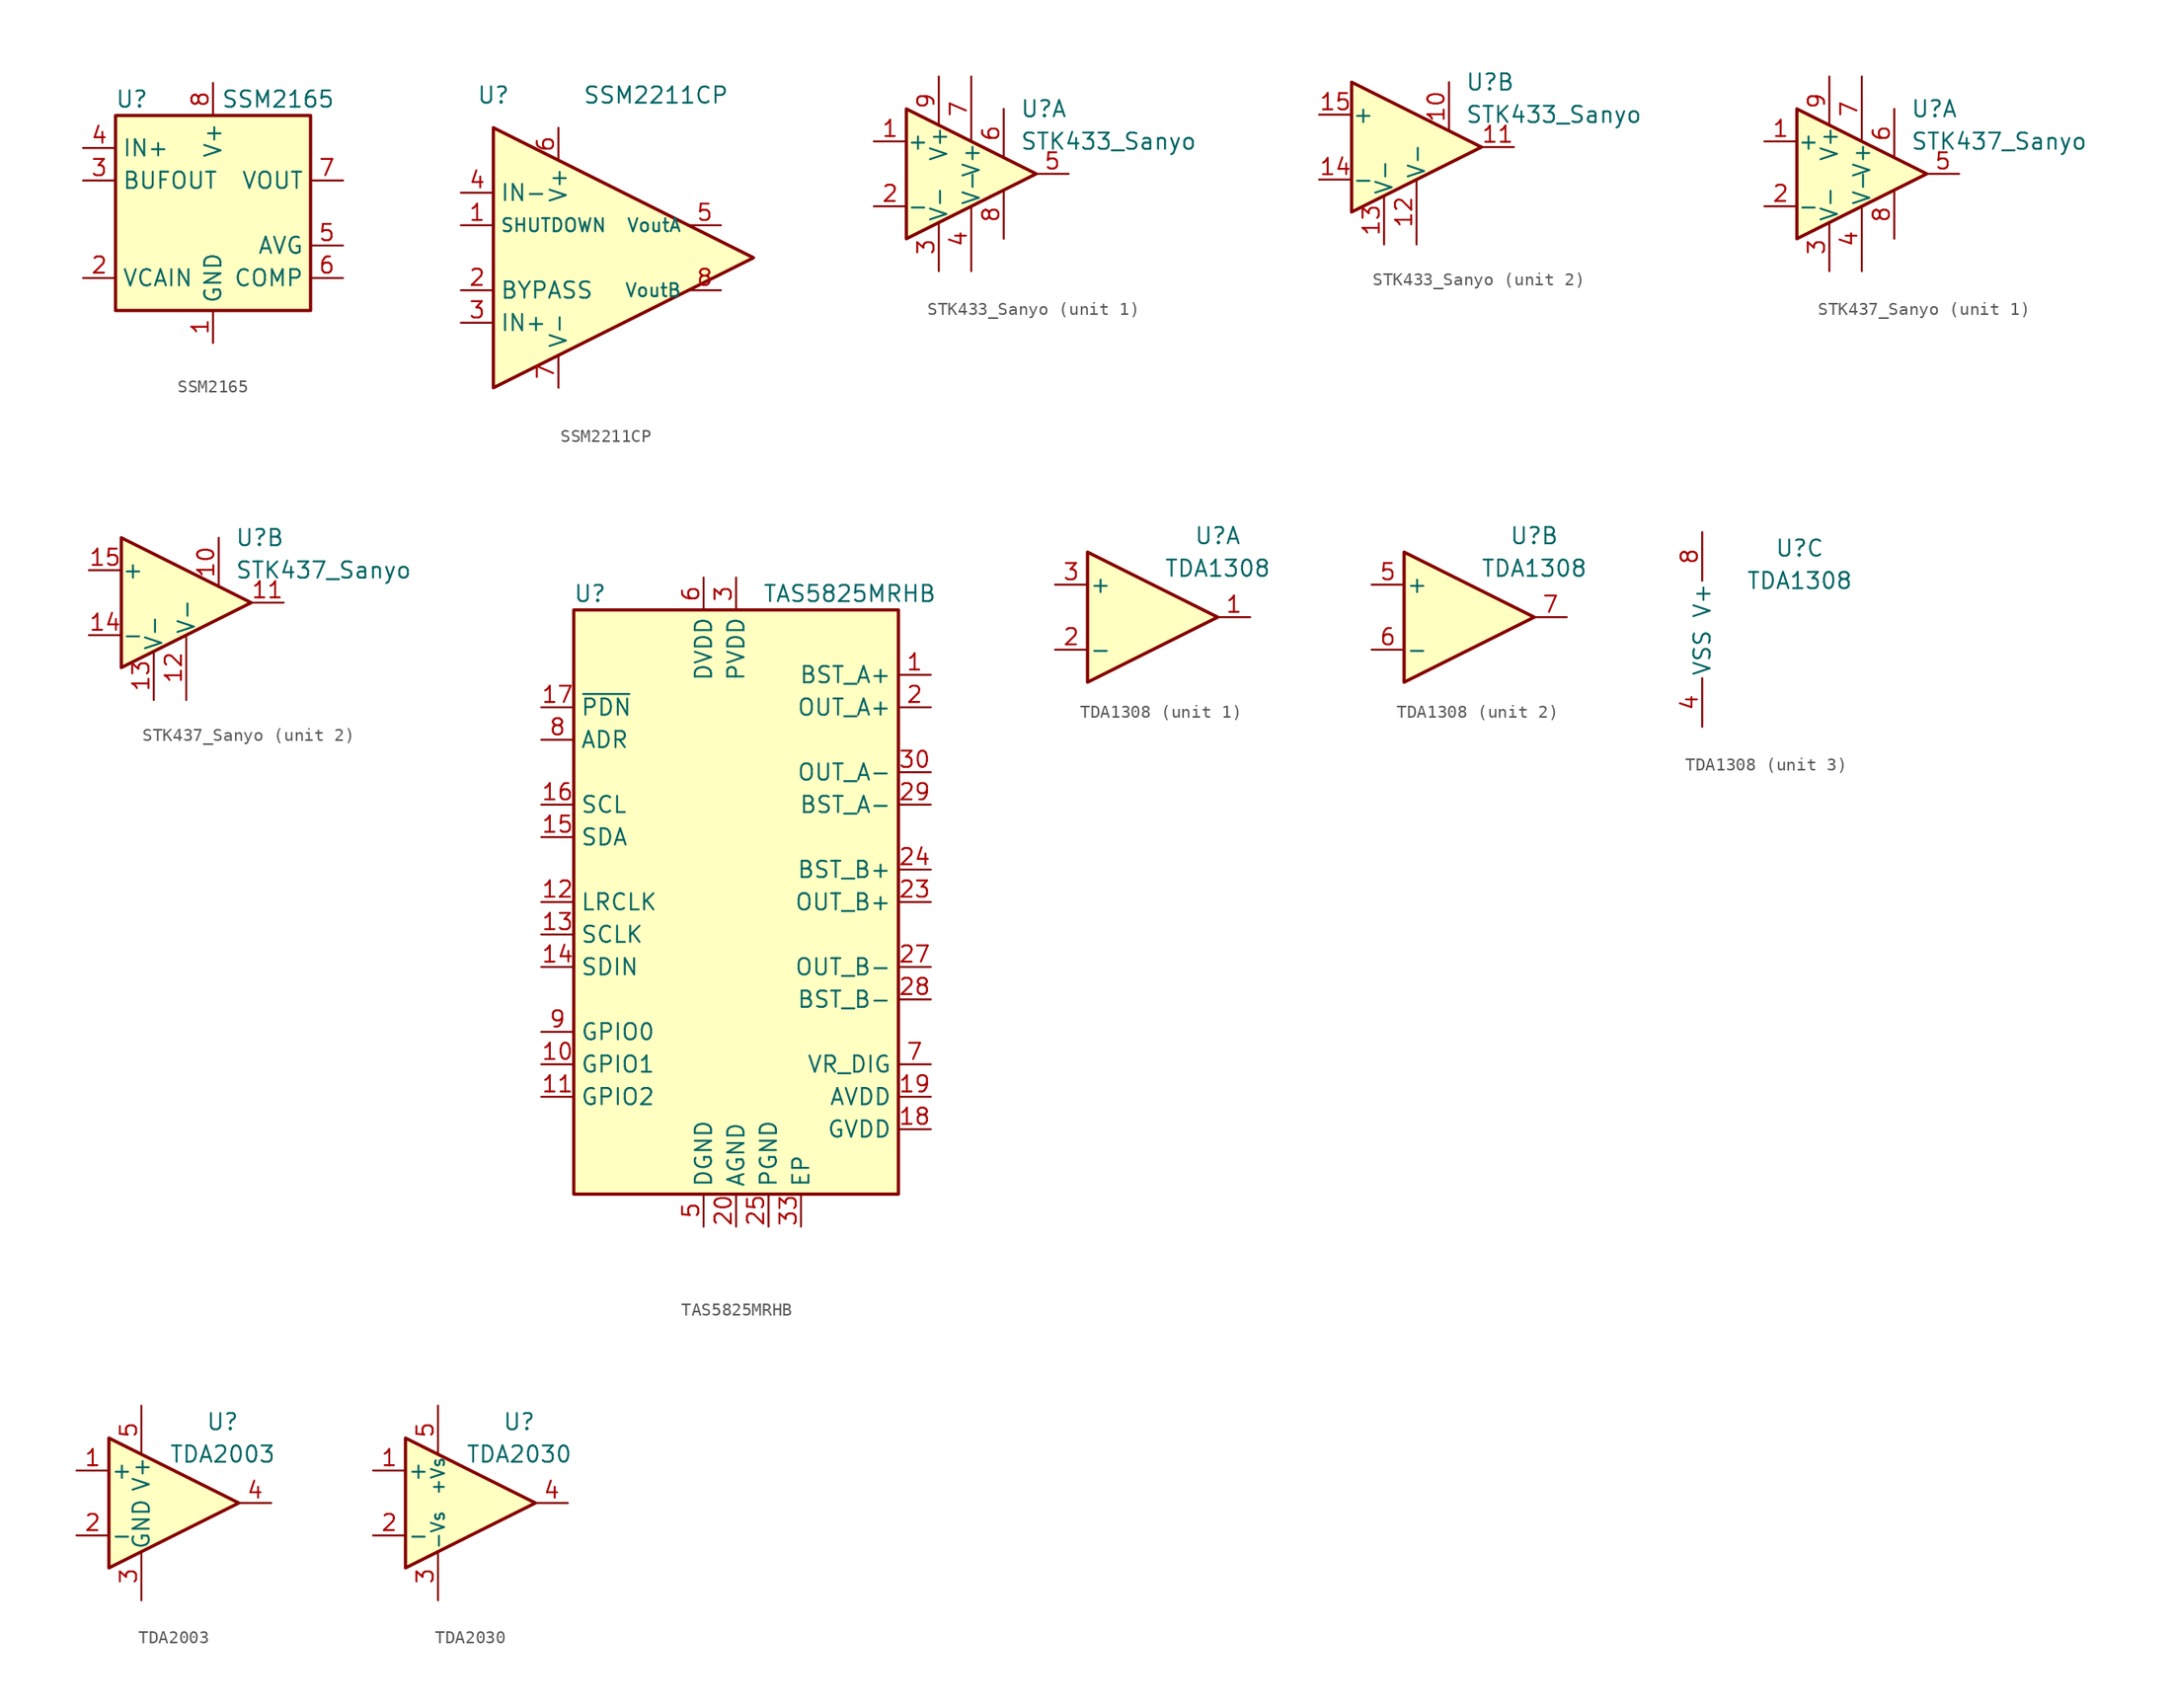
<source format=kicad_sym>
(kicad_symbol_lib
  (version 20241209)
  (generator "kicad_symbol_editor")
  (generator_version "9.0")
  (symbol "SSM2165"
    (property "Reference" "U"
      (at -6.35 8.89 0)
      (effects (font (size 1.27 1.27))))
    (property "Value" "SSM2165"
      (at 5.08 8.89 0)
      (effects (font (size 1.27 1.27))))
    (symbol "SSM2165_0_1"
      (rectangle (start -7.62 7.62) (end 7.62 -7.62) (stroke (width 0.254) (type default)) (fill (type background))))
    (symbol "SSM2165_1_1"
      (pin input line (at -10.16 5.08 0) (length 2.54) (name "IN+" (effects (font (size 1.27 1.27)))) (number "4" (effects (font (size 1.27 1.27)))))
      (pin output line (at -10.16 2.54 0) (length 2.54) (name "BUFOUT" (effects (font (size 1.27 1.27)))) (number "3" (effects (font (size 1.27 1.27)))))
      (pin input line (at -10.16 -5.08 0) (length 2.54) (name "VCAIN" (effects (font (size 1.27 1.27)))) (number "2" (effects (font (size 1.27 1.27)))))
      (pin power_in line (at 0 10.16 270) (length 2.54) (name "V+" (effects (font (size 1.27 1.27)))) (number "8" (effects (font (size 1.27 1.27)))))
      (pin power_in line (at 0 -10.16 90) (length 2.54) (name "GND" (effects (font (size 1.27 1.27)))) (number "1" (effects (font (size 1.27 1.27)))))
      (pin output line (at 10.16 2.54 180) (length 2.54) (name "VOUT" (effects (font (size 1.27 1.27)))) (number "7" (effects (font (size 1.27 1.27)))))
      (pin passive line (at 10.16 -2.54 180) (length 2.54) (name "AVG" (effects (font (size 1.27 1.27)))) (number "5" (effects (font (size 1.27 1.27)))))
      (pin passive line (at 10.16 -5.08 180) (length 2.54) (name "COMP" (effects (font (size 1.27 1.27)))) (number "6" (effects (font (size 1.27 1.27)))))))
  (symbol "SSM2211CP"
    (property "Reference" "U"
      (at -7.62 12.7 0)
      (effects (font (size 1.27 1.27))))
    (property "Value" "SSM2211CP"
      (at 5.08 12.7 0)
      (effects (font (size 1.27 1.27))))
    (symbol "SSM2211CP_0_1"
      (polyline (pts (xy -7.62 10.16) (xy -7.62 -10.16) (xy 12.7 0) (xy -7.62 10.16)) (stroke (width 0.254) (type default)) (fill (type background))))
    (symbol "SSM2211CP_1_1"
      (pin input line (at -10.16 5.08 0) (length 2.54) (name "IN-" (effects (font (size 1.27 1.27)))) (number "4" (effects (font (size 1.27 1.27)))))
      (pin input line (at -10.16 2.54 0) (length 2.54) (name "SHUTDOWN" (effects (font (size 1.016 1.016)))) (number "1" (effects (font (size 1.27 1.27)))))
      (pin passive line (at -10.16 -2.54 0) (length 2.54) (name "BYPASS" (effects (font (size 1.27 1.27)))) (number "2" (effects (font (size 1.27 1.27)))))
      (pin input line (at -10.16 -5.08 0) (length 2.54) (name "IN+" (effects (font (size 1.27 1.27)))) (number "3" (effects (font (size 1.27 1.27)))))
      (pin power_in line (at -2.54 10.16 270) (length 2.54) (name "V+" (effects (font (size 1.27 1.27)))) (number "6" (effects (font (size 1.27 1.27)))))
      (pin power_in line (at -2.54 -10.16 90) (length 2.54) (name "V-" (effects (font (size 1.27 1.27)))) (number "7" (effects (font (size 1.27 1.27)))))
      (pin passive line (at -2.54 -10.16 90) (length 2.54) (hide yes) (name "V-" (effects (font (size 1.27 1.27)))) (number "9" (effects (font (size 1.27 1.27)))))
      (pin output line (at 10.16 2.54 180) (length 2.54) (name "VoutA" (effects (font (size 1.016 1.016)))) (number "5" (effects (font (size 1.27 1.27)))))
      (pin output line (at 10.16 -2.54 180) (length 2.54) (name "VoutB" (effects (font (size 1.016 1.016)))) (number "8" (effects (font (size 1.27 1.27)))))))
  (symbol "STK433_Sanyo"
    (pin_names
      (offset 0.025))
    (property "Reference" "U"
      (at 3.81 5.08 0)
      (effects (font (size 1.27 1.27)) (justify left)))
    (property "Value" "STK433_Sanyo"
      (at 3.81 2.54 0)
      (effects (font (size 1.27 1.27)) (justify left)))
    (symbol "STK433_Sanyo_0_1"
      (polyline (pts (xy -5.08 5.08) (xy 5.08 0) (xy -5.08 -5.08) (xy -5.08 5.08)) (stroke (width 0.254) (type default)) (fill (type background))))
    (symbol "STK433_Sanyo_1_1"
      (pin input line (at -7.62 2.54 0) (length 2.54) (name "+" (effects (font (size 1.27 1.27)))) (number "1" (effects (font (size 1.27 1.27)))))
      (pin input line (at -7.62 -2.54 0) (length 2.54) (name "-" (effects (font (size 1.27 1.27)))) (number "2" (effects (font (size 1.27 1.27)))))
      (pin power_in line (at -2.54 7.62 270) (length 3.81) (name "V+" (effects (font (size 1.27 1.27)))) (number "9" (effects (font (size 1.27 1.27)))))
      (pin power_in line (at -2.54 -7.62 90) (length 3.81) (name "V-" (effects (font (size 1.27 1.27)))) (number "3" (effects (font (size 1.27 1.27)))))
      (pin power_in line (at 0 7.62 270) (length 5.08) (name "V+" (effects (font (size 1.27 1.27)))) (number "7" (effects (font (size 1.27 1.27)))))
      (pin power_in line (at 0 -7.62 90) (length 5.08) (name "V-" (effects (font (size 1.27 1.27)))) (number "4" (effects (font (size 1.27 1.27)))))
      (pin passive line (at 2.54 5.08 270) (length 3.81) (name "~" (effects (font (size 1.27 1.27)))) (number "6" (effects (font (size 1.27 1.27)))))
      (pin power_in line (at 2.54 -5.08 90) (length 3.81) (name "~" (effects (font (size 1.27 1.27)))) (number "8" (effects (font (size 1.27 1.27)))))
      (pin output line (at 7.62 0 180) (length 2.54) (name "~" (effects (font (size 1.27 1.27)))) (number "5" (effects (font (size 1.27 1.27))))))
    (symbol "STK433_Sanyo_2_1"
      (pin input line (at -7.62 2.54 0) (length 2.54) (name "+" (effects (font (size 1.27 1.27)))) (number "15" (effects (font (size 1.27 1.27)))))
      (pin input line (at -7.62 -2.54 0) (length 2.54) (name "-" (effects (font (size 1.27 1.27)))) (number "14" (effects (font (size 1.27 1.27)))))
      (pin power_in line (at -2.54 -7.62 90) (length 3.81) (name "V-" (effects (font (size 1.27 1.27)))) (number "13" (effects (font (size 1.27 1.27)))))
      (pin power_in line (at 0 -7.62 90) (length 5.08) (name "V-" (effects (font (size 1.27 1.27)))) (number "12" (effects (font (size 1.27 1.27)))))
      (pin passive line (at 2.54 5.08 270) (length 3.81) (name "~" (effects (font (size 1.27 1.27)))) (number "10" (effects (font (size 1.27 1.27)))))
      (pin output line (at 7.62 0 180) (length 2.54) (name "~" (effects (font (size 1.27 1.27)))) (number "11" (effects (font (size 1.27 1.27)))))))
  (symbol "STK437_Sanyo"
    (pin_names
      (offset 0.025))
    (property "Reference" "U"
      (at 3.81 5.08 0)
      (effects (font (size 1.27 1.27)) (justify left)))
    (property "Value" "STK437_Sanyo"
      (at 3.81 2.54 0)
      (effects (font (size 1.27 1.27)) (justify left)))
    (symbol "STK437_Sanyo_0_1"
      (polyline (pts (xy -5.08 5.08) (xy 5.08 0) (xy -5.08 -5.08) (xy -5.08 5.08)) (stroke (width 0.254) (type default)) (fill (type background))))
    (symbol "STK437_Sanyo_1_1"
      (pin input line (at -7.62 2.54 0) (length 2.54) (name "+" (effects (font (size 1.27 1.27)))) (number "1" (effects (font (size 1.27 1.27)))))
      (pin input line (at -7.62 -2.54 0) (length 2.54) (name "-" (effects (font (size 1.27 1.27)))) (number "2" (effects (font (size 1.27 1.27)))))
      (pin power_in line (at -2.54 7.62 270) (length 3.81) (name "V+" (effects (font (size 1.27 1.27)))) (number "9" (effects (font (size 1.27 1.27)))))
      (pin power_in line (at -2.54 -7.62 90) (length 3.81) (name "V-" (effects (font (size 1.27 1.27)))) (number "3" (effects (font (size 1.27 1.27)))))
      (pin power_in line (at 0 7.62 270) (length 5.08) (name "V+" (effects (font (size 1.27 1.27)))) (number "7" (effects (font (size 1.27 1.27)))))
      (pin power_in line (at 0 -7.62 90) (length 5.08) (name "V-" (effects (font (size 1.27 1.27)))) (number "4" (effects (font (size 1.27 1.27)))))
      (pin passive line (at 2.54 5.08 270) (length 3.81) (name "~" (effects (font (size 1.27 1.27)))) (number "6" (effects (font (size 1.27 1.27)))))
      (pin power_in line (at 2.54 -5.08 90) (length 3.81) (name "~" (effects (font (size 1.27 1.27)))) (number "8" (effects (font (size 1.27 1.27)))))
      (pin output line (at 7.62 0 180) (length 2.54) (name "~" (effects (font (size 1.27 1.27)))) (number "5" (effects (font (size 1.27 1.27))))))
    (symbol "STK437_Sanyo_2_1"
      (pin input line (at -7.62 2.54 0) (length 2.54) (name "+" (effects (font (size 1.27 1.27)))) (number "15" (effects (font (size 1.27 1.27)))))
      (pin input line (at -7.62 -2.54 0) (length 2.54) (name "-" (effects (font (size 1.27 1.27)))) (number "14" (effects (font (size 1.27 1.27)))))
      (pin power_in line (at -2.54 -7.62 90) (length 3.81) (name "V-" (effects (font (size 1.27 1.27)))) (number "13" (effects (font (size 1.27 1.27)))))
      (pin power_in line (at 0 -7.62 90) (length 5.08) (name "V-" (effects (font (size 1.27 1.27)))) (number "12" (effects (font (size 1.27 1.27)))))
      (pin passive line (at 2.54 5.08 270) (length 3.81) (name "~" (effects (font (size 1.27 1.27)))) (number "10" (effects (font (size 1.27 1.27)))))
      (pin output line (at 7.62 0 180) (length 2.54) (name "~" (effects (font (size 1.27 1.27)))) (number "11" (effects (font (size 1.27 1.27)))))))
  (symbol "TAS5825MRHB"
    (property "Reference" "U"
      (at -11.43 24.13 0)
      (effects (font (size 1.27 1.27))))
    (property "Value" "TAS5825MRHB"
      (at 8.89 24.13 0)
      (effects (font (size 1.27 1.27))))
    (symbol "TAS5825MRHB_0_1"
      (rectangle (start -12.7 22.86) (end 12.7 -22.86) (stroke (width 0.254) (type default)) (fill (type background))))
    (symbol "TAS5825MRHB_1_1"
      (pin input line (at -15.24 15.24 0) (length 2.54) (name "~{PDN}" (effects (font (size 1.27 1.27)))) (number "17" (effects (font (size 1.27 1.27)))))
      (pin passive line (at -15.24 12.7 0) (length 2.54) (name "ADR" (effects (font (size 1.27 1.27)))) (number "8" (effects (font (size 1.27 1.27)))))
      (pin input line (at -15.24 7.62 0) (length 2.54) (name "SCL" (effects (font (size 1.27 1.27)))) (number "16" (effects (font (size 1.27 1.27)))))
      (pin bidirectional line (at -15.24 5.08 0) (length 2.54) (name "SDA" (effects (font (size 1.27 1.27)))) (number "15" (effects (font (size 1.27 1.27)))))
      (pin input line (at -15.24 0 0) (length 2.54) (name "LRCLK" (effects (font (size 1.27 1.27)))) (number "12" (effects (font (size 1.27 1.27)))))
      (pin input line (at -15.24 -2.54 0) (length 2.54) (name "SCLK" (effects (font (size 1.27 1.27)))) (number "13" (effects (font (size 1.27 1.27)))))
      (pin input line (at -15.24 -5.08 0) (length 2.54) (name "SDIN" (effects (font (size 1.27 1.27)))) (number "14" (effects (font (size 1.27 1.27)))))
      (pin bidirectional line (at -15.24 -10.16 0) (length 2.54) (name "GPIO0" (effects (font (size 1.27 1.27)))) (number "9" (effects (font (size 1.27 1.27)))))
      (pin bidirectional line (at -15.24 -12.7 0) (length 2.54) (name "GPIO1" (effects (font (size 1.27 1.27)))) (number "10" (effects (font (size 1.27 1.27)))))
      (pin bidirectional line (at -15.24 -15.24 0) (length 2.54) (name "GPIO2" (effects (font (size 1.27 1.27)))) (number "11" (effects (font (size 1.27 1.27)))))
      (pin power_in line (at -2.54 25.4 270) (length 2.54) (name "DVDD" (effects (font (size 1.27 1.27)))) (number "6" (effects (font (size 1.27 1.27)))))
      (pin power_in line (at -2.54 -25.4 90) (length 2.54) (name "DGND" (effects (font (size 1.27 1.27)))) (number "5" (effects (font (size 1.27 1.27)))))
      (pin passive line (at 0 25.4 270) (length 2.54) (hide yes) (name "PVDD" (effects (font (size 1.27 1.27)))) (number "21" (effects (font (size 1.27 1.27)))))
      (pin passive line (at 0 25.4 270) (length 2.54) (hide yes) (name "PVDD" (effects (font (size 1.27 1.27)))) (number "22" (effects (font (size 1.27 1.27)))))
      (pin power_in line (at 0 25.4 270) (length 2.54) (name "PVDD" (effects (font (size 1.27 1.27)))) (number "3" (effects (font (size 1.27 1.27)))))
      (pin passive line (at 0 25.4 270) (length 2.54) (hide yes) (name "PVDD" (effects (font (size 1.27 1.27)))) (number "4" (effects (font (size 1.27 1.27)))))
      (pin power_in line (at 0 -25.4 90) (length 2.54) (name "AGND" (effects (font (size 1.27 1.27)))) (number "20" (effects (font (size 1.27 1.27)))))
      (pin power_in line (at 2.54 -25.4 90) (length 2.54) (name "PGND" (effects (font (size 1.27 1.27)))) (number "25" (effects (font (size 1.27 1.27)))))
      (pin passive line (at 2.54 -25.4 90) (length 2.54) (hide yes) (name "PGND" (effects (font (size 1.27 1.27)))) (number "26" (effects (font (size 1.27 1.27)))))
      (pin passive line (at 2.54 -25.4 90) (length 2.54) (hide yes) (name "PGND" (effects (font (size 1.27 1.27)))) (number "31" (effects (font (size 1.27 1.27)))))
      (pin passive line (at 2.54 -25.4 90) (length 2.54) (hide yes) (name "PGND" (effects (font (size 1.27 1.27)))) (number "32" (effects (font (size 1.27 1.27)))))
      (pin passive line (at 5.08 -25.4 90) (length 2.54) (name "EP" (effects (font (size 1.27 1.27)))) (number "33" (effects (font (size 1.27 1.27)))))
      (pin passive line (at 15.24 17.78 180) (length 2.54) (name "BST_A+" (effects (font (size 1.27 1.27)))) (number "1" (effects (font (size 1.27 1.27)))))
      (pin output line (at 15.24 15.24 180) (length 2.54) (name "OUT_A+" (effects (font (size 1.27 1.27)))) (number "2" (effects (font (size 1.27 1.27)))))
      (pin output line (at 15.24 10.16 180) (length 2.54) (name "OUT_A-" (effects (font (size 1.27 1.27)))) (number "30" (effects (font (size 1.27 1.27)))))
      (pin passive line (at 15.24 7.62 180) (length 2.54) (name "BST_A-" (effects (font (size 1.27 1.27)))) (number "29" (effects (font (size 1.27 1.27)))))
      (pin passive line (at 15.24 2.54 180) (length 2.54) (name "BST_B+" (effects (font (size 1.27 1.27)))) (number "24" (effects (font (size 1.27 1.27)))))
      (pin output line (at 15.24 0 180) (length 2.54) (name "OUT_B+" (effects (font (size 1.27 1.27)))) (number "23" (effects (font (size 1.27 1.27)))))
      (pin output line (at 15.24 -5.08 180) (length 2.54) (name "OUT_B-" (effects (font (size 1.27 1.27)))) (number "27" (effects (font (size 1.27 1.27)))))
      (pin passive line (at 15.24 -7.62 180) (length 2.54) (name "BST_B-" (effects (font (size 1.27 1.27)))) (number "28" (effects (font (size 1.27 1.27)))))
      (pin power_out line (at 15.24 -12.7 180) (length 2.54) (name "VR_DIG" (effects (font (size 1.27 1.27)))) (number "7" (effects (font (size 1.27 1.27)))))
      (pin power_out line (at 15.24 -15.24 180) (length 2.54) (name "AVDD" (effects (font (size 1.27 1.27)))) (number "19" (effects (font (size 1.27 1.27)))))
      (pin power_out line (at 15.24 -17.78 180) (length 2.54) (name "GVDD" (effects (font (size 1.27 1.27)))) (number "18" (effects (font (size 1.27 1.27)))))))
  (symbol "TDA1308"
    (pin_names
      (offset 0.127))
    (property "Reference" "U"
      (at 5.08 6.35 0)
      (effects (font (size 1.27 1.27))))
    (property "Value" "TDA1308"
      (at 5.08 3.81 0)
      (effects (font (size 1.27 1.27))))
    (property "ki_locked" ""
      (at 0 0 0)
      (effects (font (size 1.27 1.27))))
    (symbol "TDA1308_1_1"
      (polyline (pts (xy -5.08 5.08) (xy 5.08 0) (xy -5.08 -5.08) (xy -5.08 5.08)) (stroke (width 0.254) (type default)) (fill (type background)))
      (pin input line (at -7.62 2.54 0) (length 2.54) (name "+" (effects (font (size 1.27 1.27)))) (number "3" (effects (font (size 1.27 1.27)))))
      (pin input line (at -7.62 -2.54 0) (length 2.54) (name "-" (effects (font (size 1.27 1.27)))) (number "2" (effects (font (size 1.27 1.27)))))
      (pin output line (at 7.62 0 180) (length 2.54) (name "~" (effects (font (size 1.27 1.27)))) (number "1" (effects (font (size 1.27 1.27))))))
    (symbol "TDA1308_2_1"
      (polyline (pts (xy -5.08 5.08) (xy 5.08 0) (xy -5.08 -5.08) (xy -5.08 5.08)) (stroke (width 0.254) (type default)) (fill (type background)))
      (pin input line (at -7.62 2.54 0) (length 2.54) (name "+" (effects (font (size 1.27 1.27)))) (number "5" (effects (font (size 1.27 1.27)))))
      (pin input line (at -7.62 -2.54 0) (length 2.54) (name "-" (effects (font (size 1.27 1.27)))) (number "6" (effects (font (size 1.27 1.27)))))
      (pin output line (at 7.62 0 180) (length 2.54) (name "~" (effects (font (size 1.27 1.27)))) (number "7" (effects (font (size 1.27 1.27))))))
    (symbol "TDA1308_3_1"
      (pin power_in line (at -2.54 7.62 270) (length 3.81) (name "V+" (effects (font (size 1.27 1.27)))) (number "8" (effects (font (size 1.27 1.27)))))
      (pin power_in line (at -2.54 -7.62 90) (length 3.81) (name "VSS" (effects (font (size 1.27 1.27)))) (number "4" (effects (font (size 1.27 1.27)))))))
  (symbol "TDA2003"
    (pin_names
      (offset 0.127))
    (property "Reference" "U"
      (at 3.81 6.35 0)
      (effects (font (size 1.27 1.27))))
    (property "Value" "TDA2003"
      (at 3.81 3.81 0)
      (effects (font (size 1.27 1.27))))
    (symbol "TDA2003_0_1"
      (polyline (pts (xy -5.08 5.08) (xy 5.08 0) (xy -5.08 -5.08) (xy -5.08 5.08)) (stroke (width 0.254) (type default)) (fill (type background))))
    (symbol "TDA2003_1_1"
      (pin input line (at -7.62 2.54 0) (length 2.54) (name "+" (effects (font (size 1.27 1.27)))) (number "1" (effects (font (size 1.27 1.27)))))
      (pin input line (at -7.62 -2.54 0) (length 2.54) (name "-" (effects (font (size 1.27 1.27)))) (number "2" (effects (font (size 1.27 1.27)))))
      (pin power_in line (at -2.54 7.62 270) (length 3.81) (name "V+" (effects (font (size 1.27 1.27)))) (number "5" (effects (font (size 1.27 1.27)))))
      (pin power_in line (at -2.54 -7.62 90) (length 3.81) (name "GND" (effects (font (size 1.27 1.27)))) (number "3" (effects (font (size 1.27 1.27)))))
      (pin output line (at 7.62 0 180) (length 2.54) (name "~" (effects (font (size 1.27 1.27)))) (number "4" (effects (font (size 1.27 1.27)))))))
  (symbol "TDA2030"
    (pin_names
      (offset 0.127))
    (property "Reference" "U"
      (at 3.81 6.35 0)
      (effects (font (size 1.27 1.27))))
    (property "Value" "TDA2030"
      (at 3.81 3.81 0)
      (effects (font (size 1.27 1.27))))
    (symbol "TDA2030_0_1"
      (polyline (pts (xy -5.08 5.08) (xy 5.08 0) (xy -5.08 -5.08) (xy -5.08 5.08)) (stroke (width 0.254) (type default)) (fill (type background))))
    (symbol "TDA2030_1_1"
      (pin input line (at -7.62 2.54 0) (length 2.54) (name "+" (effects (font (size 1.27 1.27)))) (number "1" (effects (font (size 1.27 1.27)))))
      (pin input line (at -7.62 -2.54 0) (length 2.54) (name "-" (effects (font (size 1.27 1.27)))) (number "2" (effects (font (size 1.27 1.27)))))
      (pin power_in line (at -2.54 7.62 270) (length 3.81) (name "+Vs" (effects (font (size 1.016 1.016)))) (number "5" (effects (font (size 1.27 1.27)))))
      (pin power_in line (at -2.54 -7.62 90) (length 3.81) (name "-Vs" (effects (font (size 1.016 1.016)))) (number "3" (effects (font (size 1.27 1.27)))))
      (pin output line (at 7.62 0 180) (length 2.54) (name "~" (effects (font (size 1.27 1.27)))) (number "4" (effects (font (size 1.27 1.27))))))))
</source>
